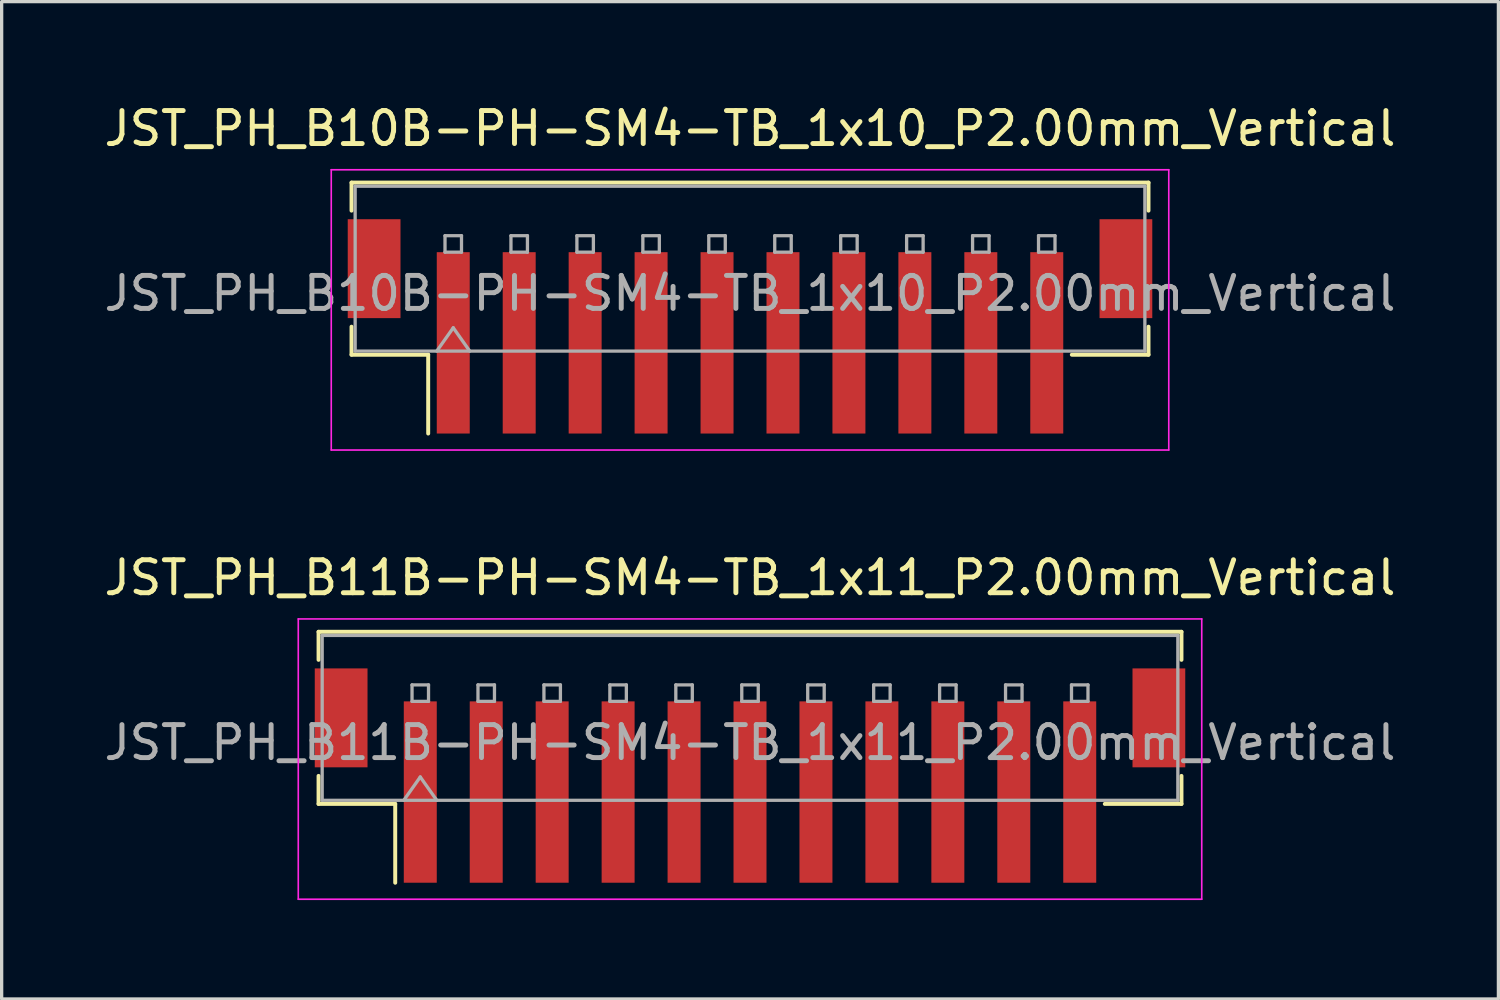
<source format=kicad_pcb>
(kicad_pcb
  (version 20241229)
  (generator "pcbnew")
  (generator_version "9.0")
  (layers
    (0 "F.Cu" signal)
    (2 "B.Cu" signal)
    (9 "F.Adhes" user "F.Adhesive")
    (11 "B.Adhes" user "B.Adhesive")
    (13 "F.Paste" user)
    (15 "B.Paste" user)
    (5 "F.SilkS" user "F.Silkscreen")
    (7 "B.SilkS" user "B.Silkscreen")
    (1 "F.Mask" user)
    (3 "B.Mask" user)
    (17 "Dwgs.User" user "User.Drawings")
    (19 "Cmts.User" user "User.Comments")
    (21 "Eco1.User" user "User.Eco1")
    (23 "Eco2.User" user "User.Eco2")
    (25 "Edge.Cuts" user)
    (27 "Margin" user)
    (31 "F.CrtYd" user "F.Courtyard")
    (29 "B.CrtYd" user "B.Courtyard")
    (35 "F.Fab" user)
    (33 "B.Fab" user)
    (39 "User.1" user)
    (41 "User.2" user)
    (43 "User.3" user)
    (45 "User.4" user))
  (footprint "JST_PH_B11B-PH-SM4-TB_1x11_P2.00mm_Vertical"
    (layer "F.Cu")
    (at 19.696 20.471)
    (property "Reference" "JST_PH_B11B-PH-SM4-TB_1x11_P2.00mm_Vertical" (at 0 -6 0) (layer "F.SilkS") (effects (font (size 1 1) (thickness 0.15))))
    (attr smd)
    (fp_line (start -13.085 -4.36) (end 13.085 -4.36) (stroke (width 0.12) (type solid)) (layer "F.SilkS"))
    (fp_line (start -13.085 -3.51) (end -13.085 -4.36) (stroke (width 0.12) (type solid)) (layer "F.SilkS"))
    (fp_line (start -13.085 0.01) (end -13.085 0.86) (stroke (width 0.12) (type solid)) (layer "F.SilkS"))
    (fp_line (start -13.085 0.86) (end -10.76 0.86) (stroke (width 0.12) (type solid)) (layer "F.SilkS"))
    (fp_line (start -10.76 0.86) (end -10.76 3.25) (stroke (width 0.12) (type solid)) (layer "F.SilkS"))
    (fp_line (start 13.085 -4.36) (end 13.085 -3.51) (stroke (width 0.12) (type solid)) (layer "F.SilkS"))
    (fp_line (start 13.085 0.01) (end 13.085 0.86) (stroke (width 0.12) (type solid)) (layer "F.SilkS"))
    (fp_line (start 13.085 0.86) (end 10.76 0.86) (stroke (width 0.12) (type solid)) (layer "F.SilkS"))
    (fp_line (start -13.7 -4.75) (end -13.7 3.75) (stroke (width 0.05) (type solid)) (layer "F.CrtYd"))
    (fp_line (start -13.7 3.75) (end 13.7 3.75) (stroke (width 0.05) (type solid)) (layer "F.CrtYd"))
    (fp_line (start 13.7 -4.75) (end -13.7 -4.75) (stroke (width 0.05) (type solid)) (layer "F.CrtYd"))
    (fp_line (start 13.7 3.75) (end 13.7 -4.75) (stroke (width 0.05) (type solid)) (layer "F.CrtYd"))
    (fp_line (start -12.975 -4.25) (end 12.975 -4.25) (stroke (width 0.1) (type solid)) (layer "F.Fab"))
    (fp_line (start -12.975 0.75) (end -12.975 -4.25) (stroke (width 0.1) (type solid)) (layer "F.Fab"))
    (fp_line (start -12.975 0.75) (end 12.975 0.75) (stroke (width 0.1) (type solid)) (layer "F.Fab"))
    (fp_line (start -10.5 0.75) (end -10 0.043) (stroke (width 0.1) (type solid)) (layer "F.Fab"))
    (fp_line (start -10.25 -2.75) (end -10.25 -2.25) (stroke (width 0.1) (type solid)) (layer "F.Fab"))
    (fp_line (start -10.25 -2.25) (end -9.75 -2.25) (stroke (width 0.1) (type solid)) (layer "F.Fab"))
    (fp_line (start -10 0.043) (end -9.5 0.75) (stroke (width 0.1) (type solid)) (layer "F.Fab"))
    (fp_line (start -9.75 -2.75) (end -10.25 -2.75) (stroke (width 0.1) (type solid)) (layer "F.Fab"))
    (fp_line (start -9.75 -2.25) (end -9.75 -2.75) (stroke (width 0.1) (type solid)) (layer "F.Fab"))
    (fp_line (start -8.25 -2.75) (end -8.25 -2.25) (stroke (width 0.1) (type solid)) (layer "F.Fab"))
    (fp_line (start -8.25 -2.25) (end -7.75 -2.25) (stroke (width 0.1) (type solid)) (layer "F.Fab"))
    (fp_line (start -7.75 -2.75) (end -8.25 -2.75) (stroke (width 0.1) (type solid)) (layer "F.Fab"))
    (fp_line (start -7.75 -2.25) (end -7.75 -2.75) (stroke (width 0.1) (type solid)) (layer "F.Fab"))
    (fp_line (start -6.25 -2.75) (end -6.25 -2.25) (stroke (width 0.1) (type solid)) (layer "F.Fab"))
    (fp_line (start -6.25 -2.25) (end -5.75 -2.25) (stroke (width 0.1) (type solid)) (layer "F.Fab"))
    (fp_line (start -5.75 -2.75) (end -6.25 -2.75) (stroke (width 0.1) (type solid)) (layer "F.Fab"))
    (fp_line (start -5.75 -2.25) (end -5.75 -2.75) (stroke (width 0.1) (type solid)) (layer "F.Fab"))
    (fp_line (start -4.25 -2.75) (end -4.25 -2.25) (stroke (width 0.1) (type solid)) (layer "F.Fab"))
    (fp_line (start -4.25 -2.25) (end -3.75 -2.25) (stroke (width 0.1) (type solid)) (layer "F.Fab"))
    (fp_line (start -3.75 -2.75) (end -4.25 -2.75) (stroke (width 0.1) (type solid)) (layer "F.Fab"))
    (fp_line (start -3.75 -2.25) (end -3.75 -2.75) (stroke (width 0.1) (type solid)) (layer "F.Fab"))
    (fp_line (start -2.25 -2.75) (end -2.25 -2.25) (stroke (width 0.1) (type solid)) (layer "F.Fab"))
    (fp_line (start -2.25 -2.25) (end -1.75 -2.25) (stroke (width 0.1) (type solid)) (layer "F.Fab"))
    (fp_line (start -1.75 -2.75) (end -2.25 -2.75) (stroke (width 0.1) (type solid)) (layer "F.Fab"))
    (fp_line (start -1.75 -2.25) (end -1.75 -2.75) (stroke (width 0.1) (type solid)) (layer "F.Fab"))
    (fp_line (start -0.25 -2.75) (end -0.25 -2.25) (stroke (width 0.1) (type solid)) (layer "F.Fab"))
    (fp_line (start -0.25 -2.25) (end 0.25 -2.25) (stroke (width 0.1) (type solid)) (layer "F.Fab"))
    (fp_line (start 0.25 -2.75) (end -0.25 -2.75) (stroke (width 0.1) (type solid)) (layer "F.Fab"))
    (fp_line (start 0.25 -2.25) (end 0.25 -2.75) (stroke (width 0.1) (type solid)) (layer "F.Fab"))
    (fp_line (start 1.75 -2.75) (end 1.75 -2.25) (stroke (width 0.1) (type solid)) (layer "F.Fab"))
    (fp_line (start 1.75 -2.25) (end 2.25 -2.25) (stroke (width 0.1) (type solid)) (layer "F.Fab"))
    (fp_line (start 2.25 -2.75) (end 1.75 -2.75) (stroke (width 0.1) (type solid)) (layer "F.Fab"))
    (fp_line (start 2.25 -2.25) (end 2.25 -2.75) (stroke (width 0.1) (type solid)) (layer "F.Fab"))
    (fp_line (start 3.75 -2.75) (end 3.75 -2.25) (stroke (width 0.1) (type solid)) (layer "F.Fab"))
    (fp_line (start 3.75 -2.25) (end 4.25 -2.25) (stroke (width 0.1) (type solid)) (layer "F.Fab"))
    (fp_line (start 4.25 -2.75) (end 3.75 -2.75) (stroke (width 0.1) (type solid)) (layer "F.Fab"))
    (fp_line (start 4.25 -2.25) (end 4.25 -2.75) (stroke (width 0.1) (type solid)) (layer "F.Fab"))
    (fp_line (start 5.75 -2.75) (end 5.75 -2.25) (stroke (width 0.1) (type solid)) (layer "F.Fab"))
    (fp_line (start 5.75 -2.25) (end 6.25 -2.25) (stroke (width 0.1) (type solid)) (layer "F.Fab"))
    (fp_line (start 6.25 -2.75) (end 5.75 -2.75) (stroke (width 0.1) (type solid)) (layer "F.Fab"))
    (fp_line (start 6.25 -2.25) (end 6.25 -2.75) (stroke (width 0.1) (type solid)) (layer "F.Fab"))
    (fp_line (start 7.75 -2.75) (end 7.75 -2.25) (stroke (width 0.1) (type solid)) (layer "F.Fab"))
    (fp_line (start 7.75 -2.25) (end 8.25 -2.25) (stroke (width 0.1) (type solid)) (layer "F.Fab"))
    (fp_line (start 8.25 -2.75) (end 7.75 -2.75) (stroke (width 0.1) (type solid)) (layer "F.Fab"))
    (fp_line (start 8.25 -2.25) (end 8.25 -2.75) (stroke (width 0.1) (type solid)) (layer "F.Fab"))
    (fp_line (start 9.75 -2.75) (end 9.75 -2.25) (stroke (width 0.1) (type solid)) (layer "F.Fab"))
    (fp_line (start 9.75 -2.25) (end 10.25 -2.25) (stroke (width 0.1) (type solid)) (layer "F.Fab"))
    (fp_line (start 10.25 -2.75) (end 9.75 -2.75) (stroke (width 0.1) (type solid)) (layer "F.Fab"))
    (fp_line (start 10.25 -2.25) (end 10.25 -2.75) (stroke (width 0.1) (type solid)) (layer "F.Fab"))
    (fp_line (start 12.975 0.75) (end 12.975 -4.25) (stroke (width 0.1) (type solid)) (layer "F.Fab"))
    (fp_text user "${REFERENCE}" (at 0 -1 0) (layer "F.Fab") (effects (font (size 1 1) (thickness 0.15))))
    (pad "" smd rect (at -12.4 -1.75) (size 1.6 3) (layers "F.Cu" "F.Mask" "F.Paste"))
    (pad "" smd rect (at 12.4 -1.75) (size 1.6 3) (layers "F.Cu" "F.Mask" "F.Paste"))
    (pad "1" smd rect (at -10 0.5) (size 1 5.5) (layers "F.Cu" "F.Mask" "F.Paste"))
    (pad "2" smd rect (at -8 0.5) (size 1 5.5) (layers "F.Cu" "F.Mask" "F.Paste"))
    (pad "3" smd rect (at -6 0.5) (size 1 5.5) (layers "F.Cu" "F.Mask" "F.Paste"))
    (pad "4" smd rect (at -4 0.5) (size 1 5.5) (layers "F.Cu" "F.Mask" "F.Paste"))
    (pad "5" smd rect (at -2 0.5) (size 1 5.5) (layers "F.Cu" "F.Mask" "F.Paste"))
    (pad "6" smd rect (at 0 0.5) (size 1 5.5) (layers "F.Cu" "F.Mask" "F.Paste"))
    (pad "7" smd rect (at 2 0.5) (size 1 5.5) (layers "F.Cu" "F.Mask" "F.Paste"))
    (pad "8" smd rect (at 4 0.5) (size 1 5.5) (layers "F.Cu" "F.Mask" "F.Paste"))
    (pad "9" smd rect (at 6 0.5) (size 1 5.5) (layers "F.Cu" "F.Mask" "F.Paste"))
    (pad "10" smd rect (at 8 0.5) (size 1 5.5) (layers "F.Cu" "F.Mask" "F.Paste"))
    (pad "11" smd rect (at 10 0.5) (size 1 5.5) (layers "F.Cu" "F.Mask" "F.Paste")))
  (footprint "JST_PH_B10B-PH-SM4-TB_1x10_P2.00mm_Vertical"
    (layer "F.Cu")
    (at 19.696 6.848)
    (property "Reference" "JST_PH_B10B-PH-SM4-TB_1x10_P2.00mm_Vertical" (at 0 -6 0) (layer "F.SilkS") (effects (font (size 1 1) (thickness 0.15))))
    (attr smd)
    (fp_line (start -12.085 -4.36) (end 12.085 -4.36) (stroke (width 0.12) (type solid)) (layer "F.SilkS"))
    (fp_line (start -12.085 -3.51) (end -12.085 -4.36) (stroke (width 0.12) (type solid)) (layer "F.SilkS"))
    (fp_line (start -12.085 0.01) (end -12.085 0.86) (stroke (width 0.12) (type solid)) (layer "F.SilkS"))
    (fp_line (start -12.085 0.86) (end -9.76 0.86) (stroke (width 0.12) (type solid)) (layer "F.SilkS"))
    (fp_line (start -9.76 0.86) (end -9.76 3.25) (stroke (width 0.12) (type solid)) (layer "F.SilkS"))
    (fp_line (start 12.085 -4.36) (end 12.085 -3.51) (stroke (width 0.12) (type solid)) (layer "F.SilkS"))
    (fp_line (start 12.085 0.01) (end 12.085 0.86) (stroke (width 0.12) (type solid)) (layer "F.SilkS"))
    (fp_line (start 12.085 0.86) (end 9.76 0.86) (stroke (width 0.12) (type solid)) (layer "F.SilkS"))
    (fp_line (start -12.7 -4.75) (end -12.7 3.75) (stroke (width 0.05) (type solid)) (layer "F.CrtYd"))
    (fp_line (start -12.7 3.75) (end 12.7 3.75) (stroke (width 0.05) (type solid)) (layer "F.CrtYd"))
    (fp_line (start 12.7 -4.75) (end -12.7 -4.75) (stroke (width 0.05) (type solid)) (layer "F.CrtYd"))
    (fp_line (start 12.7 3.75) (end 12.7 -4.75) (stroke (width 0.05) (type solid)) (layer "F.CrtYd"))
    (fp_line (start -11.975 -4.25) (end 11.975 -4.25) (stroke (width 0.1) (type solid)) (layer "F.Fab"))
    (fp_line (start -11.975 0.75) (end -11.975 -4.25) (stroke (width 0.1) (type solid)) (layer "F.Fab"))
    (fp_line (start -11.975 0.75) (end 11.975 0.75) (stroke (width 0.1) (type solid)) (layer "F.Fab"))
    (fp_line (start -9.5 0.75) (end -9 0.043) (stroke (width 0.1) (type solid)) (layer "F.Fab"))
    (fp_line (start -9.25 -2.75) (end -9.25 -2.25) (stroke (width 0.1) (type solid)) (layer "F.Fab"))
    (fp_line (start -9.25 -2.25) (end -8.75 -2.25) (stroke (width 0.1) (type solid)) (layer "F.Fab"))
    (fp_line (start -9 0.043) (end -8.5 0.75) (stroke (width 0.1) (type solid)) (layer "F.Fab"))
    (fp_line (start -8.75 -2.75) (end -9.25 -2.75) (stroke (width 0.1) (type solid)) (layer "F.Fab"))
    (fp_line (start -8.75 -2.25) (end -8.75 -2.75) (stroke (width 0.1) (type solid)) (layer "F.Fab"))
    (fp_line (start -7.25 -2.75) (end -7.25 -2.25) (stroke (width 0.1) (type solid)) (layer "F.Fab"))
    (fp_line (start -7.25 -2.25) (end -6.75 -2.25) (stroke (width 0.1) (type solid)) (layer "F.Fab"))
    (fp_line (start -6.75 -2.75) (end -7.25 -2.75) (stroke (width 0.1) (type solid)) (layer "F.Fab"))
    (fp_line (start -6.75 -2.25) (end -6.75 -2.75) (stroke (width 0.1) (type solid)) (layer "F.Fab"))
    (fp_line (start -5.25 -2.75) (end -5.25 -2.25) (stroke (width 0.1) (type solid)) (layer "F.Fab"))
    (fp_line (start -5.25 -2.25) (end -4.75 -2.25) (stroke (width 0.1) (type solid)) (layer "F.Fab"))
    (fp_line (start -4.75 -2.75) (end -5.25 -2.75) (stroke (width 0.1) (type solid)) (layer "F.Fab"))
    (fp_line (start -4.75 -2.25) (end -4.75 -2.75) (stroke (width 0.1) (type solid)) (layer "F.Fab"))
    (fp_line (start -3.25 -2.75) (end -3.25 -2.25) (stroke (width 0.1) (type solid)) (layer "F.Fab"))
    (fp_line (start -3.25 -2.25) (end -2.75 -2.25) (stroke (width 0.1) (type solid)) (layer "F.Fab"))
    (fp_line (start -2.75 -2.75) (end -3.25 -2.75) (stroke (width 0.1) (type solid)) (layer "F.Fab"))
    (fp_line (start -2.75 -2.25) (end -2.75 -2.75) (stroke (width 0.1) (type solid)) (layer "F.Fab"))
    (fp_line (start -1.25 -2.75) (end -1.25 -2.25) (stroke (width 0.1) (type solid)) (layer "F.Fab"))
    (fp_line (start -1.25 -2.25) (end -0.75 -2.25) (stroke (width 0.1) (type solid)) (layer "F.Fab"))
    (fp_line (start -0.75 -2.75) (end -1.25 -2.75) (stroke (width 0.1) (type solid)) (layer "F.Fab"))
    (fp_line (start -0.75 -2.25) (end -0.75 -2.75) (stroke (width 0.1) (type solid)) (layer "F.Fab"))
    (fp_line (start 0.75 -2.75) (end 0.75 -2.25) (stroke (width 0.1) (type solid)) (layer "F.Fab"))
    (fp_line (start 0.75 -2.25) (end 1.25 -2.25) (stroke (width 0.1) (type solid)) (layer "F.Fab"))
    (fp_line (start 1.25 -2.75) (end 0.75 -2.75) (stroke (width 0.1) (type solid)) (layer "F.Fab"))
    (fp_line (start 1.25 -2.25) (end 1.25 -2.75) (stroke (width 0.1) (type solid)) (layer "F.Fab"))
    (fp_line (start 2.75 -2.75) (end 2.75 -2.25) (stroke (width 0.1) (type solid)) (layer "F.Fab"))
    (fp_line (start 2.75 -2.25) (end 3.25 -2.25) (stroke (width 0.1) (type solid)) (layer "F.Fab"))
    (fp_line (start 3.25 -2.75) (end 2.75 -2.75) (stroke (width 0.1) (type solid)) (layer "F.Fab"))
    (fp_line (start 3.25 -2.25) (end 3.25 -2.75) (stroke (width 0.1) (type solid)) (layer "F.Fab"))
    (fp_line (start 4.75 -2.75) (end 4.75 -2.25) (stroke (width 0.1) (type solid)) (layer "F.Fab"))
    (fp_line (start 4.75 -2.25) (end 5.25 -2.25) (stroke (width 0.1) (type solid)) (layer "F.Fab"))
    (fp_line (start 5.25 -2.75) (end 4.75 -2.75) (stroke (width 0.1) (type solid)) (layer "F.Fab"))
    (fp_line (start 5.25 -2.25) (end 5.25 -2.75) (stroke (width 0.1) (type solid)) (layer "F.Fab"))
    (fp_line (start 6.75 -2.75) (end 6.75 -2.25) (stroke (width 0.1) (type solid)) (layer "F.Fab"))
    (fp_line (start 6.75 -2.25) (end 7.25 -2.25) (stroke (width 0.1) (type solid)) (layer "F.Fab"))
    (fp_line (start 7.25 -2.75) (end 6.75 -2.75) (stroke (width 0.1) (type solid)) (layer "F.Fab"))
    (fp_line (start 7.25 -2.25) (end 7.25 -2.75) (stroke (width 0.1) (type solid)) (layer "F.Fab"))
    (fp_line (start 8.75 -2.75) (end 8.75 -2.25) (stroke (width 0.1) (type solid)) (layer "F.Fab"))
    (fp_line (start 8.75 -2.25) (end 9.25 -2.25) (stroke (width 0.1) (type solid)) (layer "F.Fab"))
    (fp_line (start 9.25 -2.75) (end 8.75 -2.75) (stroke (width 0.1) (type solid)) (layer "F.Fab"))
    (fp_line (start 9.25 -2.25) (end 9.25 -2.75) (stroke (width 0.1) (type solid)) (layer "F.Fab"))
    (fp_line (start 11.975 0.75) (end 11.975 -4.25) (stroke (width 0.1) (type solid)) (layer "F.Fab"))
    (fp_text user "${REFERENCE}" (at 0 -1 0) (layer "F.Fab") (effects (font (size 1 1) (thickness 0.15))))
    (pad "" smd rect (at -11.4 -1.75) (size 1.6 3) (layers "F.Cu" "F.Mask" "F.Paste"))
    (pad "" smd rect (at 11.4 -1.75) (size 1.6 3) (layers "F.Cu" "F.Mask" "F.Paste"))
    (pad "1" smd rect (at -9 0.5) (size 1 5.5) (layers "F.Cu" "F.Mask" "F.Paste"))
    (pad "2" smd rect (at -7 0.5) (size 1 5.5) (layers "F.Cu" "F.Mask" "F.Paste"))
    (pad "3" smd rect (at -5 0.5) (size 1 5.5) (layers "F.Cu" "F.Mask" "F.Paste"))
    (pad "4" smd rect (at -3 0.5) (size 1 5.5) (layers "F.Cu" "F.Mask" "F.Paste"))
    (pad "5" smd rect (at -1 0.5) (size 1 5.5) (layers "F.Cu" "F.Mask" "F.Paste"))
    (pad "6" smd rect (at 1 0.5) (size 1 5.5) (layers "F.Cu" "F.Mask" "F.Paste"))
    (pad "7" smd rect (at 3 0.5) (size 1 5.5) (layers "F.Cu" "F.Mask" "F.Paste"))
    (pad "8" smd rect (at 5 0.5) (size 1 5.5) (layers "F.Cu" "F.Mask" "F.Paste"))
    (pad "9" smd rect (at 7 0.5) (size 1 5.5) (layers "F.Cu" "F.Mask" "F.Paste"))
    (pad "10" smd rect (at 9 0.5) (size 1 5.5) (layers "F.Cu" "F.Mask" "F.Paste")))
  (gr_rect
    (start -3 -3)
    (end 42.393 27.247)
    (stroke (width 0.1) (type default))
    (fill no)
    (layer "Edge.Cuts")))
</source>
